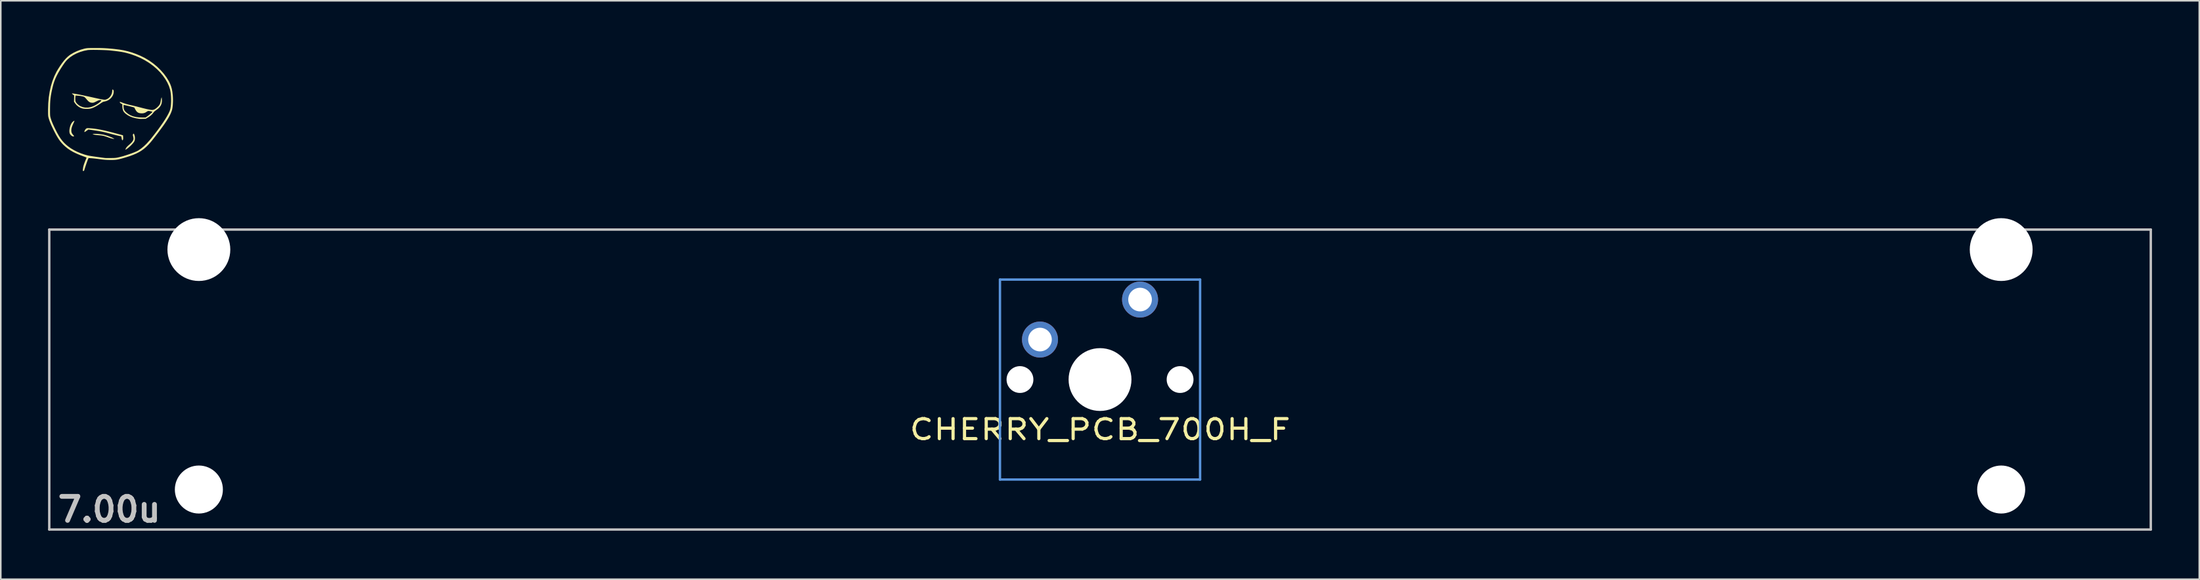
<source format=kicad_pcb>
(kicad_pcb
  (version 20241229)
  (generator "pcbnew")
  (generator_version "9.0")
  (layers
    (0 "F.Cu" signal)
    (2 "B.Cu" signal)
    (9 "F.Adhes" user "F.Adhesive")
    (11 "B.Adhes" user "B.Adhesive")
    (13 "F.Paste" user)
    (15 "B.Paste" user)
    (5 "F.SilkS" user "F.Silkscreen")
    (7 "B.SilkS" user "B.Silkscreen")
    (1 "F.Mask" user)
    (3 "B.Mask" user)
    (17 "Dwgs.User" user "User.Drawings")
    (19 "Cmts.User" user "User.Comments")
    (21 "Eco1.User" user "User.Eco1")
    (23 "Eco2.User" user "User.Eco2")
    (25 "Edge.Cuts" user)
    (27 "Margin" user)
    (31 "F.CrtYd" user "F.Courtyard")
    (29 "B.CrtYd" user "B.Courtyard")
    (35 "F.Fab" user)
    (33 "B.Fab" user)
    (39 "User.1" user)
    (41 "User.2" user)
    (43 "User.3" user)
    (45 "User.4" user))
  (footprint "Ahh"
    (layer "F.Cu")
    (at 3.977 3.868)
    (property "Reference" "Ahh" (at 0 0 0) (layer "User.1") (effects (font (size 1.524 1.524) (thickness 0.3))))
    (attr board_only exclude_from_pos_files exclude_from_bom)
    (fp_poly (pts (xy -2.305 0.758) (xy -2.311 0.782) (xy -2.328 0.827) (xy -2.358 0.894) (xy -2.394 0.974) (xy -2.443 1.088) (xy -2.475 1.183) (xy -2.494 1.27) (xy -2.501 1.356) (xy -2.501 1.372) (xy -2.495 1.451) (xy -2.475 1.519) (xy -2.436 1.587) (xy -2.378 1.659) (xy -2.343 1.7) (xy -2.329 1.725) (xy -2.332 1.738) (xy -2.338 1.741) (xy -2.372 1.749) (xy -2.409 1.743) (xy -2.446 1.728) (xy -2.511 1.685) (xy -2.567 1.621) (xy -2.602 1.56) (xy -2.621 1.481) (xy -2.625 1.384) (xy -2.614 1.275) (xy -2.591 1.162) (xy -2.557 1.051) (xy -2.512 0.95) (xy -2.461 0.868) (xy -2.428 0.832) (xy -2.386 0.795) (xy -2.345 0.766) (xy -2.313 0.751) (xy -2.308 0.75)) (stroke (width 0) (type solid)) (fill yes) (layer "F.SilkS"))
    (fp_poly (pts (xy -0.952 1.583) (xy -0.857 1.587) (xy -0.753 1.596) (xy -0.647 1.607) (xy -0.547 1.62) (xy -0.46 1.635) (xy -0.438 1.64) (xy -0.195 1.707) (xy 0.037 1.798) (xy 0.103 1.829) (xy 0.171 1.863) (xy 0.211 1.886) (xy 0.222 1.898) (xy 0.206 1.902) (xy 0.161 1.897) (xy 0.111 1.889) (xy 0.056 1.877) (xy -0.015 1.857) (xy -0.089 1.834) (xy -0.108 1.827) (xy -0.226 1.785) (xy -0.322 1.752) (xy -0.4 1.727) (xy -0.468 1.709) (xy -0.531 1.696) (xy -0.595 1.687) (xy -0.667 1.68) (xy -0.746 1.673) (xy -0.847 1.664) (xy -0.94 1.653) (xy -1.017 1.641) (xy -1.072 1.628) (xy -1.074 1.627) (xy -1.164 1.599) (xy -1.086 1.586) (xy -1.031 1.582)) (stroke (width 0) (type solid)) (fill yes) (layer "F.SilkS"))
    (fp_poly (pts (xy 1.501 1.652) (xy 1.528 1.755) (xy 1.537 1.863) (xy 1.528 1.967) (xy 1.5 2.054) (xy 1.464 2.113) (xy 1.407 2.185) (xy 1.335 2.265) (xy 1.254 2.346) (xy 1.169 2.423) (xy 1.086 2.492) (xy 1.01 2.547) (xy 0.965 2.573) (xy 0.921 2.596) (xy 0.946 2.538) (xy 0.972 2.485) (xy 1.006 2.434) (xy 1.053 2.381) (xy 1.118 2.319) (xy 1.185 2.262) (xy 1.277 2.178) (xy 1.345 2.105) (xy 1.394 2.037) (xy 1.427 1.968) (xy 1.431 1.958) (xy 1.441 1.919) (xy 1.443 1.878) (xy 1.437 1.825) (xy 1.43 1.789) (xy 1.418 1.731) (xy 1.408 1.684) (xy 1.4 1.656) (xy 1.4 1.656) (xy 1.404 1.628) (xy 1.428 1.596) (xy 1.466 1.561)) (stroke (width 0) (type solid)) (fill yes) (layer "F.SilkS"))
    (fp_poly (pts (xy -1.374 1.224) (xy -1.29 1.23) (xy -1.268 1.232) (xy -1.126 1.245) (xy -0.983 1.262) (xy -0.837 1.284) (xy -0.683 1.311) (xy -0.517 1.345) (xy -0.336 1.385) (xy -0.137 1.433) (xy 0.085 1.49) (xy 0.332 1.556) (xy 0.778 1.676) (xy 0.788 1.789) (xy 0.791 1.882) (xy 0.78 1.947) (xy 0.756 1.984) (xy 0.745 1.99) (xy 0.728 1.986) (xy 0.713 1.958) (xy 0.706 1.933) (xy 0.693 1.873) (xy 0.682 1.812) (xy 0.681 1.805) (xy 0.67 1.741) (xy 0.527 1.712) (xy 0.471 1.7) (xy 0.392 1.681) (xy 0.294 1.657) (xy 0.185 1.63) (xy 0.069 1.6) (xy -0.017 1.577) (xy -0.198 1.53) (xy -0.356 1.49) (xy -0.499 1.457) (xy -0.635 1.429) (xy -0.77 1.404) (xy -0.912 1.381) (xy -1.069 1.358) (xy -1.113 1.352) (xy -1.421 1.31) (xy -1.547 1.399) (xy -1.604 1.438) (xy -1.641 1.462) (xy -1.661 1.471) (xy -1.67 1.467) (xy -1.672 1.452) (xy -1.672 1.45) (xy -1.661 1.396) (xy -1.632 1.336) (xy -1.592 1.281) (xy -1.549 1.244) (xy -1.527 1.232) (xy -1.504 1.225) (xy -1.474 1.221) (xy -1.433 1.221)) (stroke (width 0) (type solid)) (fill yes) (layer "F.SilkS"))
    (fp_poly (pts (xy 0.158 -1.211) (xy 0.162 -1.206) (xy 0.178 -1.174) (xy 0.186 -1.122) (xy 0.188 -1.077) (xy 0.173 -0.962) (xy 0.13 -0.85) (xy 0.063 -0.746) (xy -0.023 -0.652) (xy -0.127 -0.573) (xy -0.243 -0.512) (xy -0.369 -0.474) (xy -0.394 -0.47) (xy -0.439 -0.461) (xy -0.478 -0.449) (xy -0.519 -0.43) (xy -0.568 -0.401) (xy -0.631 -0.359) (xy -0.675 -0.328) (xy -0.801 -0.244) (xy -0.929 -0.169) (xy -1.051 -0.105) (xy -1.164 -0.057) (xy -1.259 -0.026) (xy -1.266 -0.024) (xy -1.345 -0.011) (xy -1.442 -0.004) (xy -1.547 -0.002) (xy -1.649 -0.006) (xy -1.737 -0.015) (xy -1.778 -0.022) (xy -1.922 -0.072) (xy -2.055 -0.148) (xy -2.172 -0.246) (xy -2.267 -0.362) (xy -2.271 -0.367) (xy -2.332 -0.461) (xy -2.327 -0.635) (xy -2.25 -0.635) (xy -2.247 -0.559) (xy -2.239 -0.496) (xy -2.23 -0.465) (xy -2.193 -0.402) (xy -2.136 -0.334) (xy -2.065 -0.268) (xy -1.989 -0.211) (xy -1.943 -0.183) (xy -1.79 -0.12) (xy -1.629 -0.087) (xy -1.462 -0.085) (xy -1.376 -0.095) (xy -1.255 -0.121) (xy -1.136 -0.162) (xy -1.011 -0.22) (xy -0.9 -0.283) (xy -0.822 -0.333) (xy -0.749 -0.386) (xy -0.685 -0.438) (xy -0.634 -0.485) (xy -0.603 -0.524) (xy -0.594 -0.546) (xy -0.608 -0.556) (xy -0.644 -0.562) (xy -0.67 -0.563) (xy -0.71 -0.56) (xy -0.753 -0.549) (xy -0.806 -0.529) (xy -0.875 -0.496) (xy -0.914 -0.477) (xy -0.994 -0.437) (xy -1.054 -0.411) (xy -1.101 -0.397) (xy -1.142 -0.391) (xy -1.154 -0.391) (xy -1.233 -0.396) (xy -1.3 -0.412) (xy -1.362 -0.443) (xy -1.424 -0.493) (xy -1.492 -0.564) (xy -1.54 -0.621) (xy -1.588 -0.676) (xy -1.633 -0.723) (xy -1.669 -0.754) (xy -1.685 -0.764) (xy -1.789 -0.797) (xy -1.915 -0.822) (xy -2.055 -0.838) (xy -2.073 -0.839) (xy -2.23 -0.849) (xy -2.24 -0.788) (xy -2.248 -0.715) (xy -2.25 -0.635) (xy -2.327 -0.635) (xy -2.326 -0.657) (xy -2.32 -0.853) (xy -2.396 -0.913) (xy -2.434 -0.945) (xy -2.458 -0.97) (xy -2.463 -0.981) (xy -2.442 -0.983) (xy -2.393 -0.979) (xy -2.318 -0.969) (xy -2.219 -0.953) (xy -2.098 -0.931) (xy -1.959 -0.904) (xy -1.803 -0.873) (xy -1.632 -0.837) (xy -1.448 -0.798) (xy -1.282 -0.761) (xy -1.095 -0.719) (xy -0.935 -0.684) (xy -0.801 -0.655) (xy -0.69 -0.632) (xy -0.598 -0.614) (xy -0.524 -0.601) (xy -0.465 -0.592) (xy -0.418 -0.587) (xy -0.381 -0.586) (xy -0.351 -0.587) (xy -0.325 -0.592) (xy -0.322 -0.592) (xy -0.219 -0.631) (xy -0.124 -0.695) (xy -0.042 -0.78) (xy 0.024 -0.881) (xy 0.07 -0.991) (xy 0.092 -1.106) (xy 0.093 -1.137) (xy 0.097 -1.199) (xy 0.108 -1.231) (xy 0.128 -1.234)) (stroke (width 0) (type solid)) (fill yes) (layer "F.SilkS"))
    (fp_poly (pts (xy 3.243 -0.635) (xy 3.249 -0.487) (xy 3.229 -0.354) (xy 3.183 -0.233) (xy 3.11 -0.122) (xy 3.008 -0.018) (xy 2.877 0.08) (xy 2.876 0.08) (xy 2.797 0.138) (xy 2.737 0.196) (xy 2.696 0.251) (xy 2.628 0.336) (xy 2.542 0.417) (xy 2.433 0.498) (xy 2.344 0.553) (xy 2.219 0.627) (xy 2.051 0.633) (xy 1.976 0.634) (xy 1.906 0.635) (xy 1.852 0.633) (xy 1.829 0.632) (xy 1.61 0.598) (xy 1.416 0.551) (xy 1.244 0.488) (xy 1.091 0.408) (xy 0.953 0.311) (xy 0.894 0.259) (xy 0.825 0.181) (xy 0.776 0.088) (xy 0.747 -0.021) (xy 0.735 -0.153) (xy 0.735 -0.187) (xy 0.735 -0.211) (xy 0.813 -0.211) (xy 0.814 -0.164) (xy 0.816 -0.121) (xy 0.826 -0.024) (xy 0.849 0.053) (xy 0.888 0.121) (xy 0.949 0.189) (xy 0.983 0.221) (xy 1.113 0.323) (xy 1.256 0.405) (xy 1.415 0.468) (xy 1.592 0.511) (xy 1.79 0.537) (xy 1.998 0.546) (xy 2.207 0.547) (xy 2.326 0.465) (xy 2.38 0.425) (xy 2.44 0.378) (xy 2.5 0.328) (xy 2.555 0.28) (xy 2.601 0.238) (xy 2.631 0.206) (xy 2.642 0.189) (xy 2.628 0.178) (xy 2.591 0.165) (xy 2.54 0.152) (xy 2.484 0.14) (xy 2.431 0.132) (xy 2.389 0.129) (xy 2.375 0.131) (xy 2.334 0.146) (xy 2.286 0.175) (xy 2.27 0.187) (xy 2.177 0.243) (xy 2.069 0.274) (xy 1.97 0.281) (xy 1.855 0.273) (xy 1.761 0.248) (xy 1.683 0.201) (xy 1.617 0.13) (xy 1.556 0.031) (xy 1.546 0.012) (xy 1.521 -0.037) (xy 1.502 -0.074) (xy 1.493 -0.09) (xy 1.493 -0.09) (xy 1.476 -0.096) (xy 1.435 -0.108) (xy 1.374 -0.124) (xy 1.299 -0.143) (xy 1.215 -0.164) (xy 1.129 -0.185) (xy 1.044 -0.205) (xy 0.967 -0.223) (xy 0.904 -0.237) (xy 0.86 -0.247) (xy 0.84 -0.25) (xy 0.825 -0.248) (xy 0.816 -0.237) (xy 0.813 -0.211) (xy 0.735 -0.211) (xy 0.735 -0.295) (xy 0.657 -0.339) (xy 0.607 -0.371) (xy 0.583 -0.398) (xy 0.578 -0.418) (xy 0.58 -0.446) (xy 0.584 -0.453) (xy 0.6 -0.448) (xy 0.639 -0.434) (xy 0.695 -0.414) (xy 0.752 -0.393) (xy 0.871 -0.35) (xy 0.984 -0.314) (xy 1.103 -0.281) (xy 1.236 -0.249) (xy 1.334 -0.227) (xy 1.406 -0.211) (xy 1.5 -0.189) (xy 1.609 -0.162) (xy 1.725 -0.132) (xy 1.841 -0.102) (xy 1.875 -0.093) (xy 2.076 -0.041) (xy 2.248 0.000158) (xy 2.391 0.031) (xy 2.506 0.053) (xy 2.593 0.064) (xy 2.653 0.065) (xy 2.667 0.063) (xy 2.74 0.043) (xy 2.811 0.009) (xy 2.885 -0.044) (xy 2.969 -0.119) (xy 2.972 -0.121) (xy 3.046 -0.197) (xy 3.098 -0.267) (xy 3.133 -0.339) (xy 3.157 -0.425) (xy 3.171 -0.511) (xy 3.182 -0.578) (xy 3.195 -0.64) (xy 3.207 -0.685) (xy 3.209 -0.691) (xy 3.231 -0.742)) (stroke (width 0) (type solid)) (fill yes) (layer "F.SilkS"))
    (fp_poly (pts (xy -0.798 -3.868) (xy -0.639 -3.866) (xy -0.494 -3.862) (xy -0.354 -3.855) (xy -0.211 -3.846) (xy -0.058 -3.834) (xy 0.113 -3.819) (xy 0.252 -3.805) (xy 0.552 -3.768) (xy 0.829 -3.721) (xy 1.094 -3.659) (xy 1.354 -3.582) (xy 1.616 -3.487) (xy 1.864 -3.384) (xy 2.15 -3.244) (xy 2.426 -3.08) (xy 2.688 -2.895) (xy 2.934 -2.691) (xy 3.161 -2.471) (xy 3.366 -2.239) (xy 3.546 -1.995) (xy 3.695 -1.749) (xy 3.77 -1.594) (xy 3.83 -1.437) (xy 3.877 -1.27) (xy 3.911 -1.088) (xy 3.935 -0.883) (xy 3.94 -0.825) (xy 3.948 -0.676) (xy 3.95 -0.522) (xy 3.945 -0.37) (xy 3.936 -0.225) (xy 3.921 -0.094) (xy 3.901 0.017) (xy 3.883 0.086) (xy 3.84 0.207) (xy 3.788 0.328) (xy 3.725 0.454) (xy 3.649 0.589) (xy 3.557 0.737) (xy 3.448 0.902) (xy 3.402 0.969) (xy 3.331 1.07) (xy 3.246 1.187) (xy 3.152 1.315) (xy 3.052 1.449) (xy 2.95 1.585) (xy 2.848 1.718) (xy 2.75 1.843) (xy 2.661 1.956) (xy 2.583 2.053) (xy 2.525 2.122) (xy 2.386 2.276) (xy 2.247 2.413) (xy 2.106 2.535) (xy 1.958 2.643) (xy 1.8 2.741) (xy 1.627 2.83) (xy 1.436 2.912) (xy 1.224 2.991) (xy 0.985 3.068) (xy 0.87 3.102) (xy 0.729 3.142) (xy 0.611 3.174) (xy 0.51 3.198) (xy 0.421 3.216) (xy 0.336 3.228) (xy 0.251 3.236) (xy 0.158 3.24) (xy 0.052 3.241) (xy -0.016 3.241) (xy -0.136 3.24) (xy -0.242 3.237) (xy -0.341 3.231) (xy -0.443 3.222) (xy -0.557 3.21) (xy -0.692 3.192) (xy -0.703 3.191) (xy -0.819 3.176) (xy -0.936 3.162) (xy -1.046 3.149) (xy -1.142 3.139) (xy -1.218 3.133) (xy -1.239 3.131) (xy -1.407 3.121) (xy -1.452 3.221) (xy -1.472 3.27) (xy -1.498 3.342) (xy -1.53 3.43) (xy -1.564 3.529) (xy -1.598 3.631) (xy -1.63 3.729) (xy -1.658 3.818) (xy -1.674 3.873) (xy -1.689 3.915) (xy -1.706 3.934) (xy -1.733 3.939) (xy -1.737 3.939) (xy -1.768 3.935) (xy -1.777 3.918) (xy -1.774 3.896) (xy -1.769 3.856) (xy -1.763 3.801) (xy -1.759 3.76) (xy -1.744 3.676) (xy -1.715 3.569) (xy -1.673 3.444) (xy -1.62 3.305) (xy -1.593 3.241) (xy -1.568 3.179) (xy -1.548 3.129) (xy -1.536 3.096) (xy -1.535 3.087) (xy -1.55 3.08) (xy -1.59 3.065) (xy -1.648 3.043) (xy -1.719 3.017) (xy -1.743 3.009) (xy -1.986 2.916) (xy -2.203 2.822) (xy -2.396 2.727) (xy -2.569 2.626) (xy -2.728 2.518) (xy -2.874 2.4) (xy -3.014 2.271) (xy -3.018 2.267) (xy -3.114 2.164) (xy -3.205 2.055) (xy -3.293 1.934) (xy -3.38 1.797) (xy -3.471 1.641) (xy -3.566 1.46) (xy -3.609 1.376) (xy -3.698 1.193) (xy -3.773 1.034) (xy -3.833 0.892) (xy -3.883 0.763) (xy -3.922 0.645) (xy -3.942 0.578) (xy -3.953 0.536) (xy -3.961 0.497) (xy -3.968 0.456) (xy -3.972 0.409) (xy -3.975 0.35) (xy -3.977 0.276) (xy -3.977 0.18) (xy -3.977 0.129) (xy -3.852 0.129) (xy -3.852 0.232) (xy -3.85 0.312) (xy -3.848 0.376) (xy -3.844 0.426) (xy -3.839 0.468) (xy -3.831 0.506) (xy -3.821 0.546) (xy -3.817 0.56) (xy -3.789 0.655) (xy -3.756 0.753) (xy -3.714 0.858) (xy -3.664 0.976) (xy -3.602 1.111) (xy -3.527 1.268) (xy -3.508 1.305) (xy -3.399 1.519) (xy -3.293 1.706) (xy -3.188 1.87) (xy -3.079 2.016) (xy -2.964 2.146) (xy -2.84 2.266) (xy -2.704 2.378) (xy -2.552 2.487) (xy -2.514 2.512) (xy -2.327 2.623) (xy -2.118 2.727) (xy -1.896 2.819) (xy -1.67 2.897) (xy -1.45 2.957) (xy -1.399 2.968) (xy -1.344 2.978) (xy -1.263 2.991) (xy -1.161 3.007) (xy -1.044 3.024) (xy -0.915 3.043) (xy -0.779 3.061) (xy -0.643 3.08) (xy -0.511 3.097) (xy -0.388 3.113) (xy -0.36 3.116) (xy -0.327 3.118) (xy -0.269 3.119) (xy -0.192 3.12) (xy -0.101 3.12) (xy -0.002 3.119) (xy 0.008 3.119) (xy 0.121 3.117) (xy 0.21 3.115) (xy 0.282 3.11) (xy 0.345 3.104) (xy 0.405 3.094) (xy 0.469 3.081) (xy 0.508 3.072) (xy 0.64 3.039) (xy 0.784 3) (xy 0.934 2.954) (xy 1.086 2.905) (xy 1.235 2.854) (xy 1.376 2.803) (xy 1.504 2.753) (xy 1.614 2.706) (xy 1.702 2.664) (xy 1.744 2.641) (xy 1.922 2.52) (xy 2.099 2.376) (xy 2.275 2.206) (xy 2.454 2.009) (xy 2.57 1.869) (xy 2.784 1.597) (xy 2.98 1.34) (xy 3.155 1.099) (xy 3.311 0.876) (xy 3.446 0.67) (xy 3.56 0.483) (xy 3.653 0.315) (xy 3.723 0.168) (xy 3.758 0.079) (xy 3.785 -0.019) (xy 3.805 -0.141) (xy 3.82 -0.283) (xy 3.828 -0.437) (xy 3.83 -0.598) (xy 3.825 -0.76) (xy 3.814 -0.917) (xy 3.797 -1.063) (xy 3.773 -1.193) (xy 3.766 -1.224) (xy 3.694 -1.448) (xy 3.592 -1.672) (xy 3.464 -1.894) (xy 3.31 -2.112) (xy 3.133 -2.324) (xy 2.934 -2.526) (xy 2.715 -2.717) (xy 2.478 -2.893) (xy 2.423 -2.931) (xy 2.151 -3.098) (xy 1.869 -3.244) (xy 1.569 -3.371) (xy 1.316 -3.461) (xy 1.191 -3.501) (xy 1.072 -3.535) (xy 0.956 -3.565) (xy 0.839 -3.592) (xy 0.714 -3.616) (xy 0.579 -3.638) (xy 0.429 -3.659) (xy 0.259 -3.68) (xy 0.064 -3.701) (xy -0.055 -3.714) (xy -0.149 -3.722) (xy -0.262 -3.729) (xy -0.391 -3.735) (xy -0.53 -3.74) (xy -0.675 -3.744) (xy -0.822 -3.747) (xy -0.964 -3.749) (xy -1.099 -3.75) (xy -1.222 -3.749) (xy -1.327 -3.746) (xy -1.41 -3.742) (xy -1.466 -3.737) (xy -1.467 -3.736) (xy -1.714 -3.686) (xy -1.952 -3.613) (xy -2.177 -3.521) (xy -2.387 -3.41) (xy -2.577 -3.283) (xy -2.742 -3.141) (xy -2.795 -3.087) (xy -2.869 -3.002) (xy -2.954 -2.888) (xy -3.051 -2.746) (xy -3.161 -2.576) (xy -3.209 -2.499) (xy -3.331 -2.292) (xy -3.433 -2.099) (xy -3.518 -1.914) (xy -3.588 -1.73) (xy -3.647 -1.541) (xy -3.673 -1.44) (xy -3.724 -1.225) (xy -3.765 -1.03) (xy -3.797 -0.85) (xy -3.821 -0.674) (xy -3.837 -0.497) (xy -3.847 -0.309) (xy -3.851 -0.103) (xy -3.852 0) (xy -3.852 0.129) (xy -3.977 0.129) (xy -3.977 0.059) (xy -3.977 0.031) (xy -3.965 -0.36) (xy -3.931 -0.738) (xy -3.875 -1.1) (xy -3.798 -1.445) (xy -3.7 -1.771) (xy -3.581 -2.077) (xy -3.443 -2.36) (xy -3.351 -2.517) (xy -3.217 -2.727) (xy -3.089 -2.909) (xy -2.967 -3.067) (xy -2.849 -3.201) (xy -2.733 -3.314) (xy -2.617 -3.409) (xy -2.556 -3.452) (xy -2.354 -3.571) (xy -2.133 -3.676) (xy -1.904 -3.763) (xy -1.675 -3.828) (xy -1.652 -3.833) (xy -1.606 -3.843) (xy -1.562 -3.85) (xy -1.517 -3.856) (xy -1.466 -3.861) (xy -1.405 -3.864) (xy -1.33 -3.866) (xy -1.236 -3.867) (xy -1.119 -3.868) (xy -0.977 -3.868)) (stroke (width 0) (type solid)) (fill yes) (layer "F.SilkS")))
  (footprint "CHERRY_PCB_700H_F"
    (layer "F.Cu")
    (at 66.751 21.056)
    (property "Reference" "CHERRY_PCB_700H_F" (at 0 3.175 0) (layer "F.SilkS") (effects (font (size 1.27 1.524) (thickness 0.203))))
    (attr through_hole)
    (fp_line (start -66.675 -9.525) (end 66.675 -9.525) (stroke (width 0.152) (type solid)) (layer "Dwgs.User"))
    (fp_line (start -66.675 9.525) (end -66.675 -9.525) (stroke (width 0.152) (type solid)) (layer "Dwgs.User"))
    (fp_line (start 66.675 -9.525) (end 66.675 9.525) (stroke (width 0.152) (type solid)) (layer "Dwgs.User"))
    (fp_line (start 66.675 9.525) (end -66.675 9.525) (stroke (width 0.152) (type solid)) (layer "Dwgs.User"))
    (fp_line (start -6.35 -6.35) (end 6.35 -6.35) (stroke (width 0.152) (type solid)) (layer "Cmts.User"))
    (fp_line (start -6.35 6.35) (end -6.35 -6.35) (stroke (width 0.152) (type solid)) (layer "Cmts.User"))
    (fp_line (start 6.35 -6.35) (end 6.35 6.35) (stroke (width 0.152) (type solid)) (layer "Cmts.User"))
    (fp_line (start 6.35 6.35) (end -6.35 6.35) (stroke (width 0.152) (type solid)) (layer "Cmts.User"))
    (fp_text user "7.00u" (at -62.866 8.255 0) (layer "Dwgs.User") (effects (font (size 1.524 1.524) (thickness 0.305))))
    (pad "" np_thru_hole circle (at -57.182 -8.255) (size 3.988 3.988) (drill 3.988) (layers "*.Cu" "*.Mask"))
    (pad "" np_thru_hole circle (at -57.182 6.985) (size 3.048 3.048) (drill 3.048) (layers "*.Cu" "*.Mask"))
    (pad "" np_thru_hole circle (at -5.08 0) (size 1.702 1.702) (drill 1.702) (layers "*.Cu" "*.Mask"))
    (pad "" np_thru_hole circle (at 0 0) (size 3.988 3.988) (drill 3.988) (layers "*.Cu" "*.Mask"))
    (pad "" np_thru_hole circle (at 5.08 0) (size 1.702 1.702) (drill 1.702) (layers "*.Cu" "*.Mask"))
    (pad "" np_thru_hole circle (at 57.182 -8.255) (size 3.988 3.988) (drill 3.988) (layers "*.Cu" "*.Mask"))
    (pad "" np_thru_hole circle (at 57.182 6.985) (size 3.048 3.048) (drill 3.048) (layers "*.Cu" "*.Mask"))
    (pad "1" thru_hole circle (at 2.54 -5.08) (size 2.286 2.286) (drill 1.499) (layers "*.Cu" "B.Mask"))
    (pad "2" thru_hole circle (at -3.81 -2.54) (size 2.286 2.286) (drill 1.499) (layers "*.Cu" "B.Mask")))
  (gr_rect
    (start -3 -3)
    (end 136.502 33.738)
    (stroke (width 0.1) (type default))
    (fill no)
    (layer "Edge.Cuts")))
</source>
